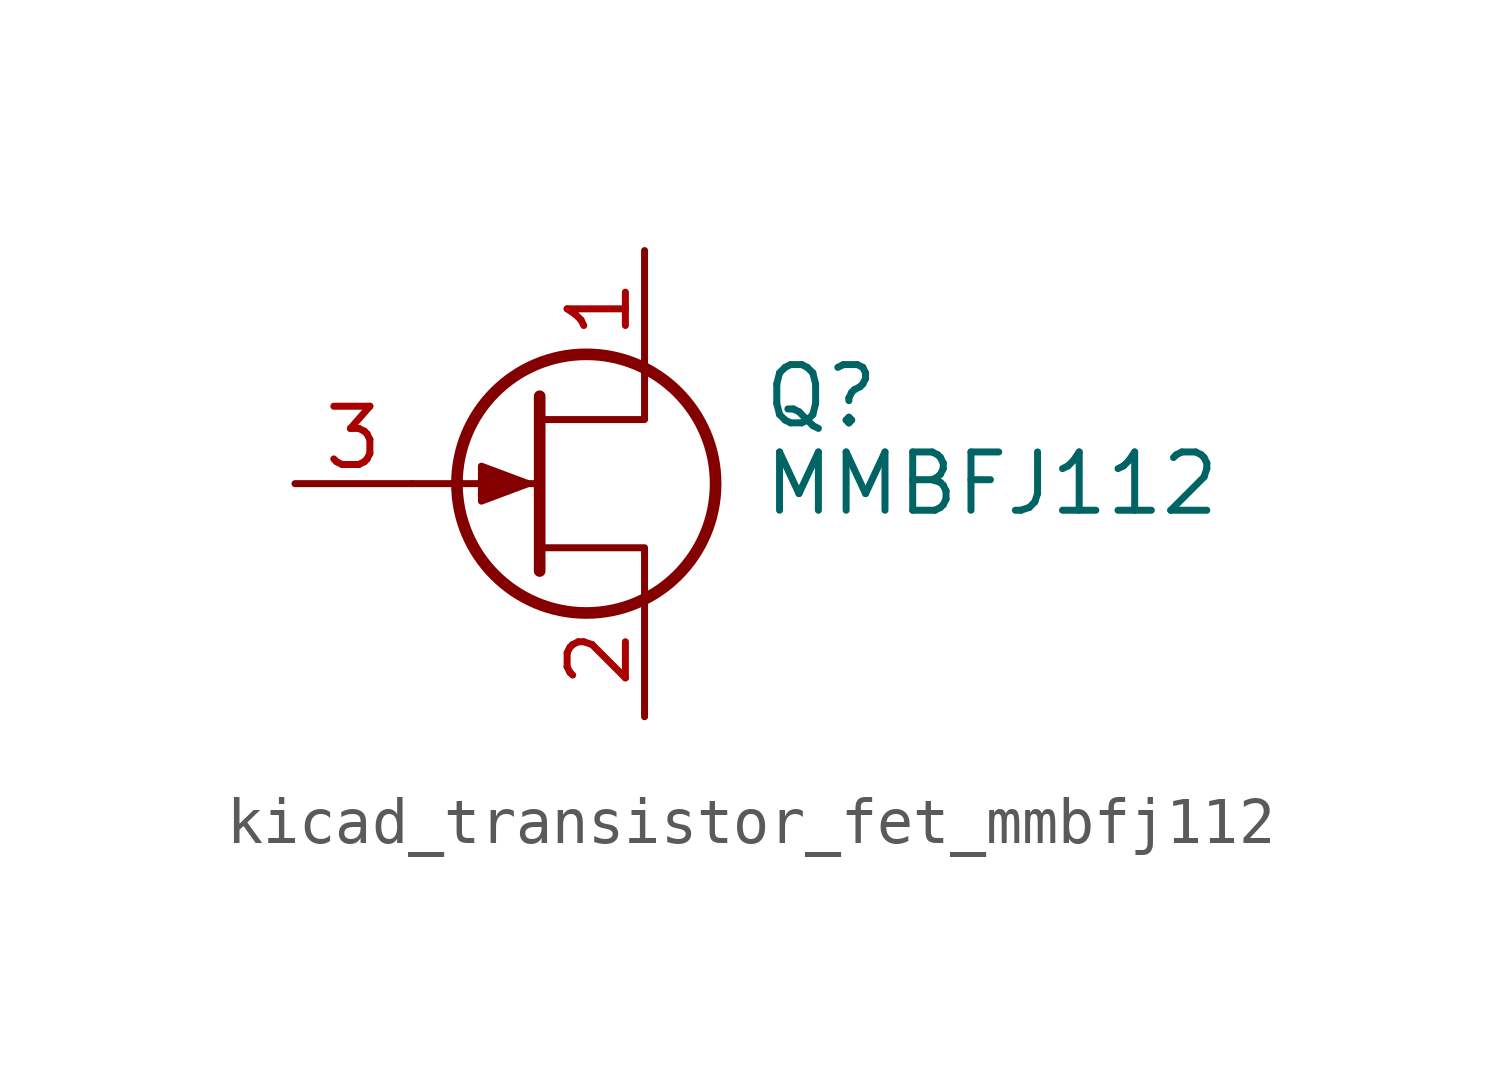
<source format=kicad_sym>
(kicad_symbol_lib
  (version 20220914)
  (generator kicad_symbol_editor)
  (symbol "kicad_transistor_fet_mmbfj112"
    (pin_names hide)
    (property "Reference" "Q"
      (at 5.08 1.905 0)
      (effects (font (size 1.27 1.27)) (justify left)))
    (property "Value" "MMBFJ112"
      (at 5.08 0 0)
      (effects (font (size 1.27 1.27)) (justify left)))
    (symbol "kicad_transistor_fet_mmbfj112_0_1"
      (polyline (pts (xy 0.254 0) (xy -2.54 0)) (stroke (width 0) (type default)) (fill (type none)))
      (polyline (pts (xy 0.254 1.905) (xy 0.254 -1.905)) (stroke (width 0.254) (type default)) (fill (type none)))
      (polyline (pts (xy 2.54 -2.54) (xy 2.54 -1.397) (xy 0.254 -1.397)) (stroke (width 0) (type default)) (fill (type none)))
      (polyline (pts (xy 2.54 2.54) (xy 2.54 1.397) (xy 0.254 1.397)) (stroke (width 0) (type default)) (fill (type none)))
      (polyline (pts (xy 0 0) (xy -1.016 0.381) (xy -1.016 -0.381) (xy 0 0)) (stroke (width 0) (type default)) (fill (type outline)))
      (circle (center 1.27 0) (radius 2.819) (stroke (width 0.254) (type default)) (fill (type none))))
    (symbol "kicad_transistor_fet_mmbfj112_1_1"
      (pin passive line (at 2.54 5.08 270) (length 2.54) (name "D" (effects (font (size 1.27 1.27)))) (number "1" (effects (font (size 1.27 1.27)))))
      (pin passive line (at 2.54 -5.08 90) (length 2.54) (name "S" (effects (font (size 1.27 1.27)))) (number "2" (effects (font (size 1.27 1.27)))))
      (pin input line (at -5.08 0 0) (length 2.54) (name "G" (effects (font (size 1.27 1.27)))) (number "3" (effects (font (size 1.27 1.27))))))))
</source>
